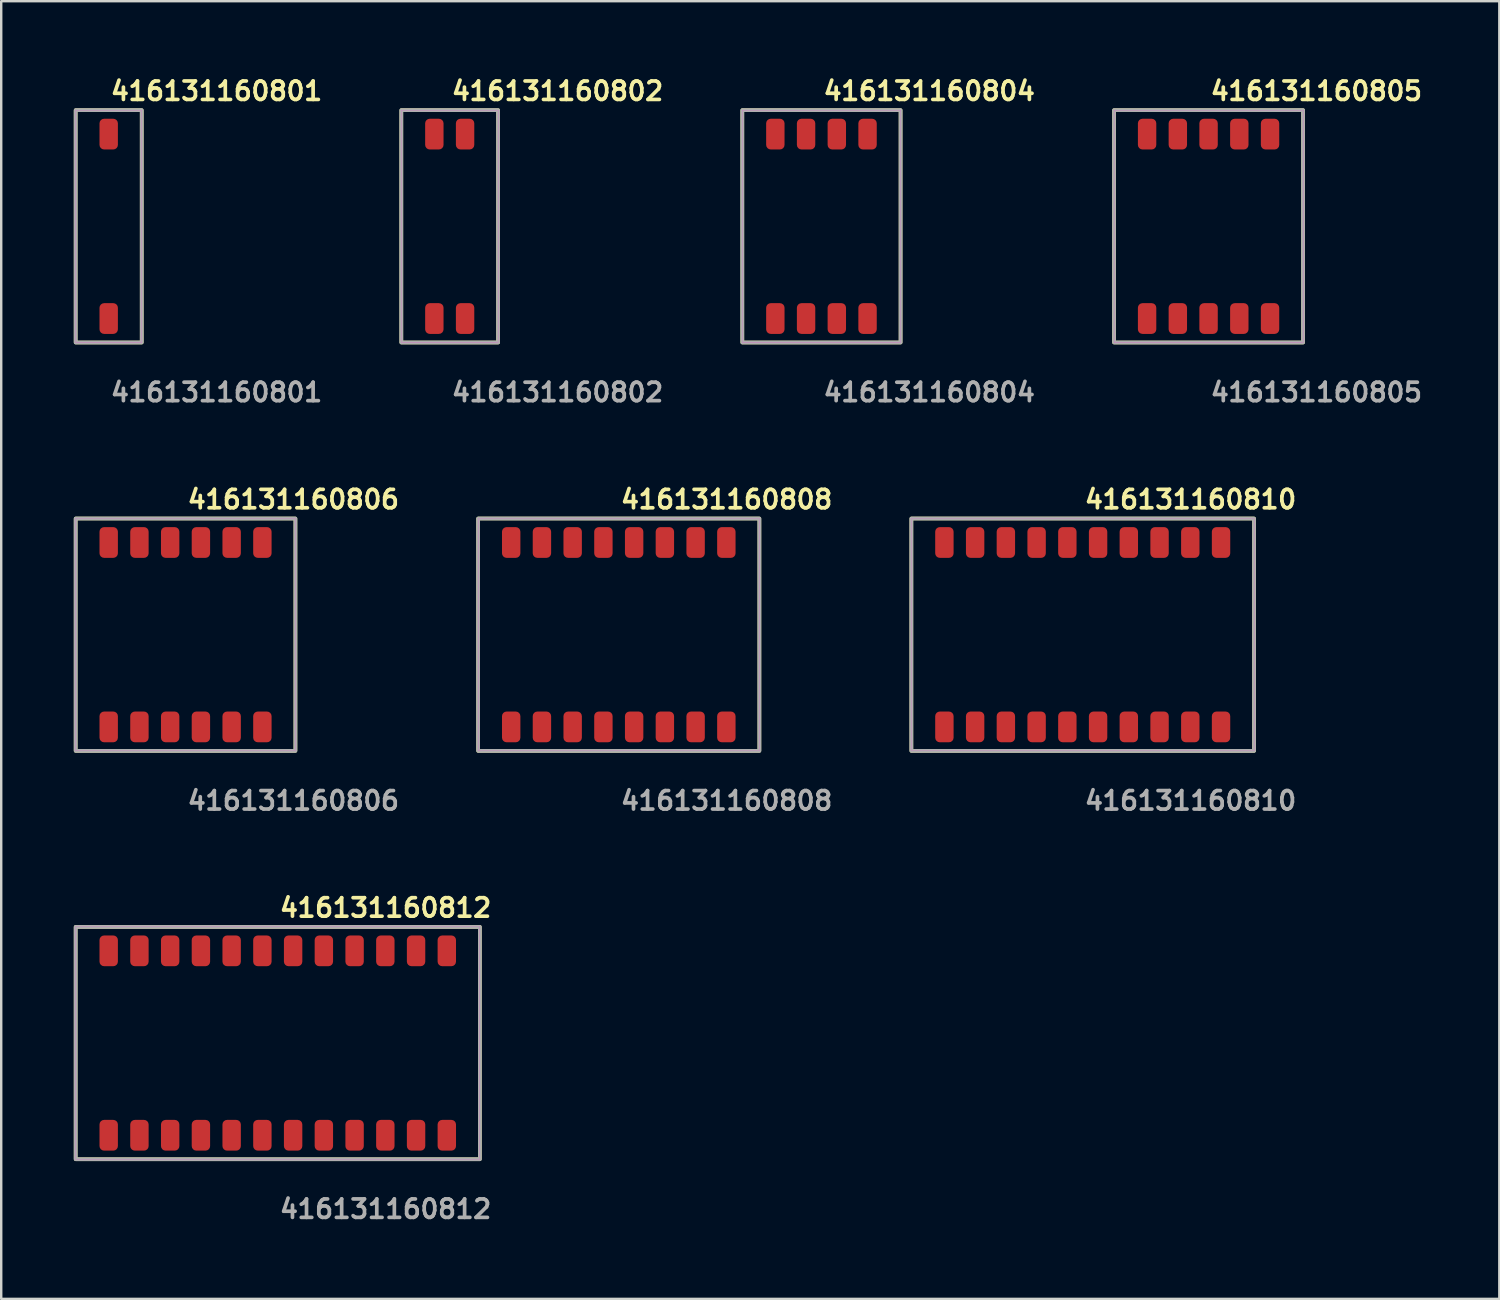
<source format=kicad_pcb>
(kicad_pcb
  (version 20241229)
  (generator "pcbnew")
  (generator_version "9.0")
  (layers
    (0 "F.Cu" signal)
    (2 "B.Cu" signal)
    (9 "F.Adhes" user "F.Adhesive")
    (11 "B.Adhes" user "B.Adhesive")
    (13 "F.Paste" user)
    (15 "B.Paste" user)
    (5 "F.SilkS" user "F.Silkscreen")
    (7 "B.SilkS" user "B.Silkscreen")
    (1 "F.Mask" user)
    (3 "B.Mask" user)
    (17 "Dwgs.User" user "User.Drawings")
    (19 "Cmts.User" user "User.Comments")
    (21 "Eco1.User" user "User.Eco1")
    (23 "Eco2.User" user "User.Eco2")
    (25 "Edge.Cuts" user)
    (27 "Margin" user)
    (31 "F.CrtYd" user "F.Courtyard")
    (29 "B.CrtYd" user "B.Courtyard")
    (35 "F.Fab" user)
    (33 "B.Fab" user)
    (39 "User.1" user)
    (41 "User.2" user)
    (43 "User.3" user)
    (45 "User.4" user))
  (footprint "416131160804"
    (layer "F.Cu")
    (at 30.89 6.301)
    (property "Reference" "416131160804" (at 0 -5.588 0) (unlocked yes) (layer "F.SilkS") (effects (font (size 0.762 0.762) (thickness 0.152)) (justify left)))
    (fp_rect (start -3.27 4.8) (end 3.27 -4.8) (stroke (width 0.152) (type solid)) (fill no) (layer "F.SilkS"))
    (fp_rect (start -3.27 4.8) (end 3.27 -4.8) (stroke (width 0.006) (type solid)) (fill no) (layer "F.CrtYd"))
    (fp_rect (start -3.27 4.8) (end 3.27 -4.8) (stroke (width 0.152) (type solid)) (fill no) (layer "F.Fab"))
    (fp_text user "${REFERENCE}" (at 0 6.858 0) (unlocked yes) (layer "F.Fab") (effects (font (size 0.762 0.762) (thickness 0.152)) (justify left)))
    (pad "1" smd roundrect (at -1.905 3.81) (size 0.76 1.27) (layers "F.Cu" "F.Paste") (roundrect_rratio 0.25))
    (pad "2" smd roundrect (at -0.635 3.81) (size 0.76 1.27) (layers "F.Cu" "F.Paste") (roundrect_rratio 0.25))
    (pad "3" smd roundrect (at 0.635 3.81) (size 0.76 1.27) (layers "F.Cu" "F.Paste") (roundrect_rratio 0.25))
    (pad "4" smd roundrect (at 1.905 3.81) (size 0.76 1.27) (layers "F.Cu" "F.Paste") (roundrect_rratio 0.25))
    (pad "5" smd roundrect (at 1.905 -3.81) (size 0.76 1.27) (layers "F.Cu" "F.Paste") (roundrect_rratio 0.25))
    (pad "6" smd roundrect (at 0.635 -3.81) (size 0.76 1.27) (layers "F.Cu" "F.Paste") (roundrect_rratio 0.25))
    (pad "7" smd roundrect (at -0.635 -3.81) (size 0.76 1.27) (layers "F.Cu" "F.Paste") (roundrect_rratio 0.25))
    (pad "8" smd roundrect (at -1.905 -3.81) (size 0.76 1.27) (layers "F.Cu" "F.Paste") (roundrect_rratio 0.25)))
  (footprint "416131160805"
    (layer "F.Cu")
    (at 46.885 6.301)
    (property "Reference" "416131160805" (at 0 -5.588 0) (unlocked yes) (layer "F.SilkS") (effects (font (size 0.762 0.762) (thickness 0.152)) (justify left)))
    (fp_rect (start -3.905 4.8) (end 3.905 -4.8) (stroke (width 0.152) (type solid)) (fill no) (layer "F.SilkS"))
    (fp_rect (start -3.905 4.8) (end 3.905 -4.8) (stroke (width 0.006) (type solid)) (fill no) (layer "F.CrtYd"))
    (fp_rect (start -3.905 4.8) (end 3.905 -4.8) (stroke (width 0.152) (type solid)) (fill no) (layer "F.Fab"))
    (fp_text user "${REFERENCE}" (at 0 6.858 0) (unlocked yes) (layer "F.Fab") (effects (font (size 0.762 0.762) (thickness 0.152)) (justify left)))
    (pad "1" smd roundrect (at -2.54 3.81) (size 0.76 1.27) (layers "F.Cu" "F.Paste") (roundrect_rratio 0.25))
    (pad "2" smd roundrect (at -1.27 3.81) (size 0.76 1.27) (layers "F.Cu" "F.Paste") (roundrect_rratio 0.25))
    (pad "3" smd roundrect (at 0 3.81) (size 0.76 1.27) (layers "F.Cu" "F.Paste") (roundrect_rratio 0.25))
    (pad "4" smd roundrect (at 1.27 3.81) (size 0.76 1.27) (layers "F.Cu" "F.Paste") (roundrect_rratio 0.25))
    (pad "5" smd roundrect (at 2.54 3.81) (size 0.76 1.27) (layers "F.Cu" "F.Paste") (roundrect_rratio 0.25))
    (pad "6" smd roundrect (at 2.54 -3.81) (size 0.76 1.27) (layers "F.Cu" "F.Paste") (roundrect_rratio 0.25))
    (pad "7" smd roundrect (at 1.27 -3.81) (size 0.76 1.27) (layers "F.Cu" "F.Paste") (roundrect_rratio 0.25))
    (pad "8" smd roundrect (at 0 -3.81) (size 0.76 1.27) (layers "F.Cu" "F.Paste") (roundrect_rratio 0.25))
    (pad "9" smd roundrect (at -1.27 -3.81) (size 0.76 1.27) (layers "F.Cu" "F.Paste") (roundrect_rratio 0.25))
    (pad "10" smd roundrect (at -2.54 -3.81) (size 0.76 1.27) (layers "F.Cu" "F.Paste") (roundrect_rratio 0.25)))
  (footprint "416131160810"
    (layer "F.Cu")
    (at 41.685 23.174)
    (property "Reference" "416131160810" (at 0 -5.588 0) (unlocked yes) (layer "F.SilkS") (effects (font (size 0.762 0.762) (thickness 0.152)) (justify left)))
    (fp_rect (start -7.08 4.8) (end 7.08 -4.8) (stroke (width 0.152) (type solid)) (fill no) (layer "F.SilkS"))
    (fp_rect (start -7.08 4.8) (end 7.08 -4.8) (stroke (width 0.006) (type solid)) (fill no) (layer "F.CrtYd"))
    (fp_rect (start -7.08 4.8) (end 7.08 -4.8) (stroke (width 0.152) (type solid)) (fill no) (layer "F.Fab"))
    (fp_text user "${REFERENCE}" (at 0 6.858 0) (unlocked yes) (layer "F.Fab") (effects (font (size 0.762 0.762) (thickness 0.152)) (justify left)))
    (pad "1" smd roundrect (at -5.715 3.81) (size 0.76 1.27) (layers "F.Cu" "F.Paste") (roundrect_rratio 0.25))
    (pad "2" smd roundrect (at -4.445 3.81) (size 0.76 1.27) (layers "F.Cu" "F.Paste") (roundrect_rratio 0.25))
    (pad "3" smd roundrect (at -3.175 3.81) (size 0.76 1.27) (layers "F.Cu" "F.Paste") (roundrect_rratio 0.25))
    (pad "4" smd roundrect (at -1.905 3.81) (size 0.76 1.27) (layers "F.Cu" "F.Paste") (roundrect_rratio 0.25))
    (pad "5" smd roundrect (at -0.635 3.81) (size 0.76 1.27) (layers "F.Cu" "F.Paste") (roundrect_rratio 0.25))
    (pad "6" smd roundrect (at 0.635 3.81) (size 0.76 1.27) (layers "F.Cu" "F.Paste") (roundrect_rratio 0.25))
    (pad "7" smd roundrect (at 1.905 3.81) (size 0.76 1.27) (layers "F.Cu" "F.Paste") (roundrect_rratio 0.25))
    (pad "8" smd roundrect (at 3.175 3.81) (size 0.76 1.27) (layers "F.Cu" "F.Paste") (roundrect_rratio 0.25))
    (pad "9" smd roundrect (at 4.445 3.81) (size 0.76 1.27) (layers "F.Cu" "F.Paste") (roundrect_rratio 0.25))
    (pad "10" smd roundrect (at 5.715 3.81) (size 0.76 1.27) (layers "F.Cu" "F.Paste") (roundrect_rratio 0.25))
    (pad "11" smd roundrect (at 5.715 -3.81) (size 0.76 1.27) (layers "F.Cu" "F.Paste") (roundrect_rratio 0.25))
    (pad "12" smd roundrect (at 4.445 -3.81) (size 0.76 1.27) (layers "F.Cu" "F.Paste") (roundrect_rratio 0.25))
    (pad "13" smd roundrect (at 3.175 -3.81) (size 0.76 1.27) (layers "F.Cu" "F.Paste") (roundrect_rratio 0.25))
    (pad "14" smd roundrect (at 1.905 -3.81) (size 0.76 1.27) (layers "F.Cu" "F.Paste") (roundrect_rratio 0.25))
    (pad "15" smd roundrect (at 0.635 -3.81) (size 0.76 1.27) (layers "F.Cu" "F.Paste") (roundrect_rratio 0.25))
    (pad "16" smd roundrect (at -0.635 -3.81) (size 0.76 1.27) (layers "F.Cu" "F.Paste") (roundrect_rratio 0.25))
    (pad "17" smd roundrect (at -1.905 -3.81) (size 0.76 1.27) (layers "F.Cu" "F.Paste") (roundrect_rratio 0.25))
    (pad "18" smd roundrect (at -3.175 -3.81) (size 0.76 1.27) (layers "F.Cu" "F.Paste") (roundrect_rratio 0.25))
    (pad "19" smd roundrect (at -4.445 -3.81) (size 0.76 1.27) (layers "F.Cu" "F.Paste") (roundrect_rratio 0.25))
    (pad "20" smd roundrect (at -5.715 -3.81) (size 0.76 1.27) (layers "F.Cu" "F.Paste") (roundrect_rratio 0.25)))
  (footprint "416131160806"
    (layer "F.Cu")
    (at 4.616 23.174)
    (property "Reference" "416131160806" (at 0 -5.588 0) (unlocked yes) (layer "F.SilkS") (effects (font (size 0.762 0.762) (thickness 0.152)) (justify left)))
    (fp_rect (start -4.54 4.8) (end 4.54 -4.8) (stroke (width 0.152) (type solid)) (fill no) (layer "F.SilkS"))
    (fp_rect (start -4.54 4.8) (end 4.54 -4.8) (stroke (width 0.006) (type solid)) (fill no) (layer "F.CrtYd"))
    (fp_rect (start -4.54 4.8) (end 4.54 -4.8) (stroke (width 0.152) (type solid)) (fill no) (layer "F.Fab"))
    (fp_text user "${REFERENCE}" (at 0 6.858 0) (unlocked yes) (layer "F.Fab") (effects (font (size 0.762 0.762) (thickness 0.152)) (justify left)))
    (pad "1" smd roundrect (at -3.175 3.81) (size 0.76 1.27) (layers "F.Cu" "F.Paste") (roundrect_rratio 0.25))
    (pad "2" smd roundrect (at -1.905 3.81) (size 0.76 1.27) (layers "F.Cu" "F.Paste") (roundrect_rratio 0.25))
    (pad "3" smd roundrect (at -0.635 3.81) (size 0.76 1.27) (layers "F.Cu" "F.Paste") (roundrect_rratio 0.25))
    (pad "4" smd roundrect (at 0.635 3.81) (size 0.76 1.27) (layers "F.Cu" "F.Paste") (roundrect_rratio 0.25))
    (pad "5" smd roundrect (at 1.905 3.81) (size 0.76 1.27) (layers "F.Cu" "F.Paste") (roundrect_rratio 0.25))
    (pad "6" smd roundrect (at 3.175 3.81) (size 0.76 1.27) (layers "F.Cu" "F.Paste") (roundrect_rratio 0.25))
    (pad "7" smd roundrect (at 3.175 -3.81) (size 0.76 1.27) (layers "F.Cu" "F.Paste") (roundrect_rratio 0.25))
    (pad "8" smd roundrect (at 1.905 -3.81) (size 0.76 1.27) (layers "F.Cu" "F.Paste") (roundrect_rratio 0.25))
    (pad "9" smd roundrect (at 0.635 -3.81) (size 0.76 1.27) (layers "F.Cu" "F.Paste") (roundrect_rratio 0.25))
    (pad "10" smd roundrect (at -0.635 -3.81) (size 0.76 1.27) (layers "F.Cu" "F.Paste") (roundrect_rratio 0.25))
    (pad "11" smd roundrect (at -1.905 -3.81) (size 0.76 1.27) (layers "F.Cu" "F.Paste") (roundrect_rratio 0.25))
    (pad "12" smd roundrect (at -3.175 -3.81) (size 0.76 1.27) (layers "F.Cu" "F.Paste") (roundrect_rratio 0.25)))
  (footprint "416131160812"
    (layer "F.Cu")
    (at 8.426 40.046)
    (property "Reference" "416131160812" (at 0 -5.588 0) (unlocked yes) (layer "F.SilkS") (effects (font (size 0.762 0.762) (thickness 0.152)) (justify left)))
    (fp_rect (start -8.35 4.8) (end 8.35 -4.8) (stroke (width 0.152) (type solid)) (fill no) (layer "F.SilkS"))
    (fp_rect (start -8.35 4.8) (end 8.35 -4.8) (stroke (width 0.006) (type solid)) (fill no) (layer "F.CrtYd"))
    (fp_rect (start -8.35 4.8) (end 8.35 -4.8) (stroke (width 0.152) (type solid)) (fill no) (layer "F.Fab"))
    (fp_text user "${REFERENCE}" (at 0 6.858 0) (unlocked yes) (layer "F.Fab") (effects (font (size 0.762 0.762) (thickness 0.152)) (justify left)))
    (pad "1" smd roundrect (at -6.985 3.81) (size 0.76 1.27) (layers "F.Cu" "F.Paste") (roundrect_rratio 0.25))
    (pad "2" smd roundrect (at -5.715 3.81) (size 0.76 1.27) (layers "F.Cu" "F.Paste") (roundrect_rratio 0.25))
    (pad "3" smd roundrect (at -4.445 3.81) (size 0.76 1.27) (layers "F.Cu" "F.Paste") (roundrect_rratio 0.25))
    (pad "4" smd roundrect (at -3.175 3.81) (size 0.76 1.27) (layers "F.Cu" "F.Paste") (roundrect_rratio 0.25))
    (pad "5" smd roundrect (at -1.905 3.81) (size 0.76 1.27) (layers "F.Cu" "F.Paste") (roundrect_rratio 0.25))
    (pad "6" smd roundrect (at -0.635 3.81) (size 0.76 1.27) (layers "F.Cu" "F.Paste") (roundrect_rratio 0.25))
    (pad "7" smd roundrect (at 0.635 3.81) (size 0.76 1.27) (layers "F.Cu" "F.Paste") (roundrect_rratio 0.25))
    (pad "8" smd roundrect (at 1.905 3.81) (size 0.76 1.27) (layers "F.Cu" "F.Paste") (roundrect_rratio 0.25))
    (pad "9" smd roundrect (at 3.175 3.81) (size 0.76 1.27) (layers "F.Cu" "F.Paste") (roundrect_rratio 0.25))
    (pad "10" smd roundrect (at 4.445 3.81) (size 0.76 1.27) (layers "F.Cu" "F.Paste") (roundrect_rratio 0.25))
    (pad "11" smd roundrect (at 5.715 3.81) (size 0.76 1.27) (layers "F.Cu" "F.Paste") (roundrect_rratio 0.25))
    (pad "12" smd roundrect (at 6.985 3.81) (size 0.76 1.27) (layers "F.Cu" "F.Paste") (roundrect_rratio 0.25))
    (pad "13" smd roundrect (at 6.985 -3.81) (size 0.76 1.27) (layers "F.Cu" "F.Paste") (roundrect_rratio 0.25))
    (pad "14" smd roundrect (at 5.715 -3.81) (size 0.76 1.27) (layers "F.Cu" "F.Paste") (roundrect_rratio 0.25))
    (pad "15" smd roundrect (at 4.445 -3.81) (size 0.76 1.27) (layers "F.Cu" "F.Paste") (roundrect_rratio 0.25))
    (pad "16" smd roundrect (at 3.175 -3.81) (size 0.76 1.27) (layers "F.Cu" "F.Paste") (roundrect_rratio 0.25))
    (pad "17" smd roundrect (at 1.905 -3.81) (size 0.76 1.27) (layers "F.Cu" "F.Paste") (roundrect_rratio 0.25))
    (pad "18" smd roundrect (at 0.635 -3.81) (size 0.76 1.27) (layers "F.Cu" "F.Paste") (roundrect_rratio 0.25))
    (pad "19" smd roundrect (at -0.635 -3.81) (size 0.76 1.27) (layers "F.Cu" "F.Paste") (roundrect_rratio 0.25))
    (pad "20" smd roundrect (at -1.905 -3.81) (size 0.76 1.27) (layers "F.Cu" "F.Paste") (roundrect_rratio 0.25))
    (pad "21" smd roundrect (at -3.175 -3.81) (size 0.76 1.27) (layers "F.Cu" "F.Paste") (roundrect_rratio 0.25))
    (pad "22" smd roundrect (at -4.445 -3.81) (size 0.76 1.27) (layers "F.Cu" "F.Paste") (roundrect_rratio 0.25))
    (pad "23" smd roundrect (at -5.715 -3.81) (size 0.76 1.27) (layers "F.Cu" "F.Paste") (roundrect_rratio 0.25))
    (pad "24" smd roundrect (at -6.985 -3.81) (size 0.76 1.27) (layers "F.Cu" "F.Paste") (roundrect_rratio 0.25)))
  (footprint "416131160802"
    (layer "F.Cu")
    (at 15.531 6.301)
    (property "Reference" "416131160802" (at 0 -5.588 0) (unlocked yes) (layer "F.SilkS") (effects (font (size 0.762 0.762) (thickness 0.152)) (justify left)))
    (fp_rect (start -2 4.8) (end 2 -4.8) (stroke (width 0.152) (type solid)) (fill no) (layer "F.SilkS"))
    (fp_rect (start -2 4.8) (end 2 -4.8) (stroke (width 0.006) (type solid)) (fill no) (layer "F.CrtYd"))
    (fp_rect (start -2 4.8) (end 2 -4.8) (stroke (width 0.152) (type solid)) (fill no) (layer "F.Fab"))
    (fp_text user "${REFERENCE}" (at 0 6.858 0) (unlocked yes) (layer "F.Fab") (effects (font (size 0.762 0.762) (thickness 0.152)) (justify left)))
    (pad "1" smd roundrect (at -0.635 3.81) (size 0.76 1.27) (layers "F.Cu" "F.Paste") (roundrect_rratio 0.25))
    (pad "2" smd roundrect (at 0.635 3.81) (size 0.76 1.27) (layers "F.Cu" "F.Paste") (roundrect_rratio 0.25))
    (pad "3" smd roundrect (at 0.635 -3.81) (size 0.76 1.27) (layers "F.Cu" "F.Paste") (roundrect_rratio 0.25))
    (pad "4" smd roundrect (at -0.635 -3.81) (size 0.76 1.27) (layers "F.Cu" "F.Paste") (roundrect_rratio 0.25)))
  (footprint "416131160801"
    (layer "F.Cu")
    (at 1.441 6.301)
    (property "Reference" "416131160801" (at 0 -5.588 0) (unlocked yes) (layer "F.SilkS") (effects (font (size 0.762 0.762) (thickness 0.152)) (justify left)))
    (fp_rect (start -1.365 4.8) (end 1.365 -4.8) (stroke (width 0.152) (type solid)) (fill no) (layer "F.SilkS"))
    (fp_rect (start -1.365 4.8) (end 1.365 -4.8) (stroke (width 0.006) (type solid)) (fill no) (layer "F.CrtYd"))
    (fp_rect (start -1.365 4.8) (end 1.365 -4.8) (stroke (width 0.152) (type solid)) (fill no) (layer "F.Fab"))
    (fp_text user "${REFERENCE}" (at 0 6.858 0) (unlocked yes) (layer "F.Fab") (effects (font (size 0.762 0.762) (thickness 0.152)) (justify left)))
    (pad "1" smd roundrect (at 0 3.81) (size 0.76 1.27) (layers "F.Cu" "F.Paste") (roundrect_rratio 0.25))
    (pad "2" smd roundrect (at 0 -3.81) (size 0.76 1.27) (layers "F.Cu" "F.Paste") (roundrect_rratio 0.25)))
  (footprint "416131160808"
    (layer "F.Cu")
    (at 22.516 23.174)
    (property "Reference" "416131160808" (at 0 -5.588 0) (unlocked yes) (layer "F.SilkS") (effects (font (size 0.762 0.762) (thickness 0.152)) (justify left)))
    (fp_rect (start -5.81 4.8) (end 5.81 -4.8) (stroke (width 0.152) (type solid)) (fill no) (layer "F.SilkS"))
    (fp_rect (start -5.81 4.8) (end 5.81 -4.8) (stroke (width 0.006) (type solid)) (fill no) (layer "F.CrtYd"))
    (fp_rect (start -5.81 4.8) (end 5.81 -4.8) (stroke (width 0.152) (type solid)) (fill no) (layer "F.Fab"))
    (fp_text user "${REFERENCE}" (at 0 6.858 0) (unlocked yes) (layer "F.Fab") (effects (font (size 0.762 0.762) (thickness 0.152)) (justify left)))
    (pad "1" smd roundrect (at -4.445 3.81) (size 0.76 1.27) (layers "F.Cu" "F.Paste") (roundrect_rratio 0.25))
    (pad "2" smd roundrect (at -3.175 3.81) (size 0.76 1.27) (layers "F.Cu" "F.Paste") (roundrect_rratio 0.25))
    (pad "3" smd roundrect (at -1.905 3.81) (size 0.76 1.27) (layers "F.Cu" "F.Paste") (roundrect_rratio 0.25))
    (pad "4" smd roundrect (at -0.635 3.81) (size 0.76 1.27) (layers "F.Cu" "F.Paste") (roundrect_rratio 0.25))
    (pad "5" smd roundrect (at 0.635 3.81) (size 0.76 1.27) (layers "F.Cu" "F.Paste") (roundrect_rratio 0.25))
    (pad "6" smd roundrect (at 1.905 3.81) (size 0.76 1.27) (layers "F.Cu" "F.Paste") (roundrect_rratio 0.25))
    (pad "7" smd roundrect (at 3.175 3.81) (size 0.76 1.27) (layers "F.Cu" "F.Paste") (roundrect_rratio 0.25))
    (pad "8" smd roundrect (at 4.445 3.81) (size 0.76 1.27) (layers "F.Cu" "F.Paste") (roundrect_rratio 0.25))
    (pad "9" smd roundrect (at 4.445 -3.81) (size 0.76 1.27) (layers "F.Cu" "F.Paste") (roundrect_rratio 0.25))
    (pad "10" smd roundrect (at 3.175 -3.81) (size 0.76 1.27) (layers "F.Cu" "F.Paste") (roundrect_rratio 0.25))
    (pad "11" smd roundrect (at 1.905 -3.81) (size 0.76 1.27) (layers "F.Cu" "F.Paste") (roundrect_rratio 0.25))
    (pad "12" smd roundrect (at 0.635 -3.81) (size 0.76 1.27) (layers "F.Cu" "F.Paste") (roundrect_rratio 0.25))
    (pad "13" smd roundrect (at -0.635 -3.81) (size 0.76 1.27) (layers "F.Cu" "F.Paste") (roundrect_rratio 0.25))
    (pad "14" smd roundrect (at -1.905 -3.81) (size 0.76 1.27) (layers "F.Cu" "F.Paste") (roundrect_rratio 0.25))
    (pad "15" smd roundrect (at -3.175 -3.81) (size 0.76 1.27) (layers "F.Cu" "F.Paste") (roundrect_rratio 0.25))
    (pad "16" smd roundrect (at -4.445 -3.81) (size 0.76 1.27) (layers "F.Cu" "F.Paste") (roundrect_rratio 0.25)))
  (gr_rect
    (start -3 -3)
    (end 58.898 50.617)
    (stroke (width 0.1) (type default))
    (fill no)
    (layer "Edge.Cuts")))
</source>
